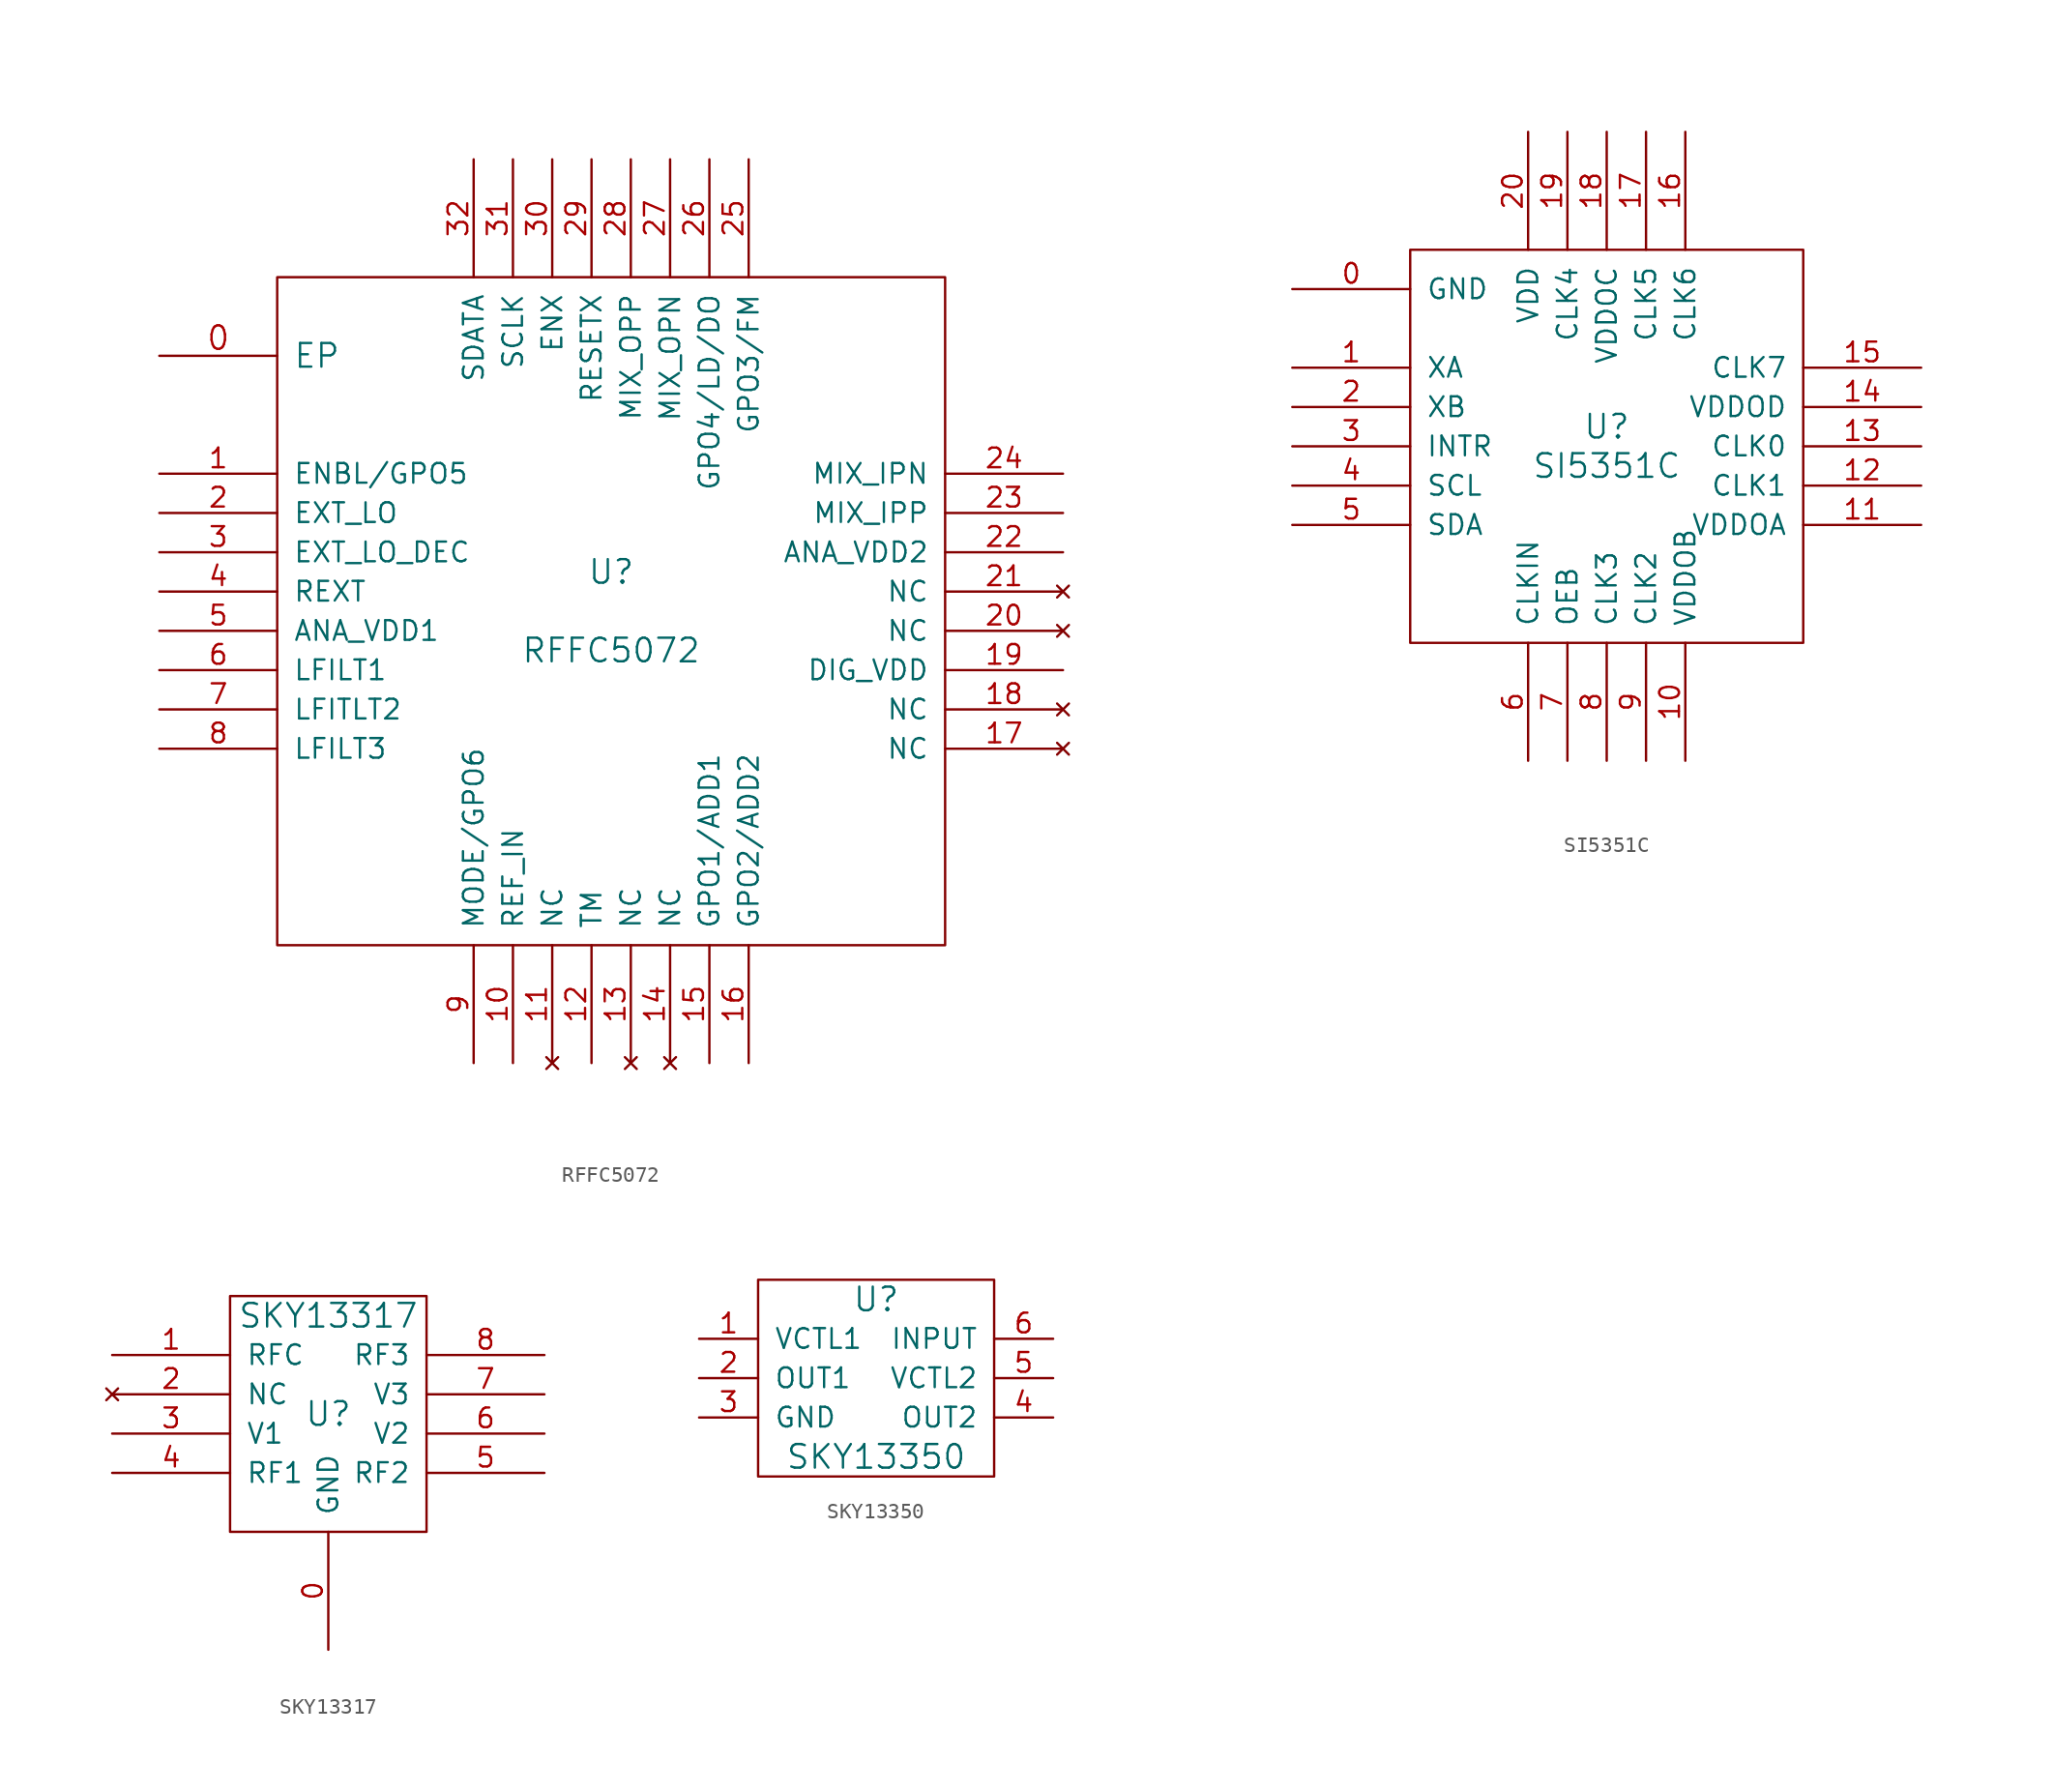
<source format=kicad_sym>
(kicad_symbol_lib
  (version 20211014)
  (generator kicad_symbol_editor)
  (symbol "RFFC5072"
    (pin_names
      (offset 1.016))
    (property "Reference" "U"
      (at 0 2.54 0)
      (effects (font (size 1.524 1.524))))
    (property "Value" "RFFC5072"
      (at 0 -2.54 0)
      (effects (font (size 1.524 1.524))))
    (property "Footprint" ""
      (at 0 0 0)
      (effects (font (size 1.524 1.524))))
    (property "Datasheet" ""
      (at 0 0 0)
      (effects (font (size 1.524 1.524))))
    (symbol "RFFC5072_0_1"
      (rectangle (start -21.59 21.59) (end 21.59 -21.59) (stroke (width 0) (type default) (color 0 0 0 0)) (fill (type none))))
    (symbol "RFFC5072_1_1"
      (pin power_in line (at -29.21 16.51 0) (length 7.62) (name "EP" (effects (font (size 1.524 1.524)))) (number "0" (effects (font (size 1.524 1.524)))))
      (pin bidirectional line (at -29.21 8.89 0) (length 7.62) (name "ENBL/GPO5" (effects (font (size 1.27 1.27)))) (number "1" (effects (font (size 1.27 1.27)))))
      (pin input line (at -6.35 -29.21 90) (length 7.62) (name "REF_IN" (effects (font (size 1.27 1.27)))) (number "10" (effects (font (size 1.27 1.27)))))
      (pin no_connect line (at -3.81 -29.21 90) (length 7.62) (name "NC" (effects (font (size 1.27 1.27)))) (number "11" (effects (font (size 1.27 1.27)))))
      (pin power_in line (at -1.27 -29.21 90) (length 7.62) (name "TM" (effects (font (size 1.27 1.27)))) (number "12" (effects (font (size 1.27 1.27)))))
      (pin no_connect line (at 1.27 -29.21 90) (length 7.62) (name "NC" (effects (font (size 1.27 1.27)))) (number "13" (effects (font (size 1.27 1.27)))))
      (pin no_connect line (at 3.81 -29.21 90) (length 7.62) (name "NC" (effects (font (size 1.27 1.27)))) (number "14" (effects (font (size 1.27 1.27)))))
      (pin bidirectional line (at 6.35 -29.21 90) (length 7.62) (name "GPO1/ADD1" (effects (font (size 1.27 1.27)))) (number "15" (effects (font (size 1.27 1.27)))))
      (pin bidirectional line (at 8.89 -29.21 90) (length 7.62) (name "GPO2/ADD2" (effects (font (size 1.27 1.27)))) (number "16" (effects (font (size 1.27 1.27)))))
      (pin no_connect line (at 29.21 -8.89 180) (length 7.62) (name "NC" (effects (font (size 1.27 1.27)))) (number "17" (effects (font (size 1.27 1.27)))))
      (pin no_connect line (at 29.21 -6.35 180) (length 7.62) (name "NC" (effects (font (size 1.27 1.27)))) (number "18" (effects (font (size 1.27 1.27)))))
      (pin power_in line (at 29.21 -3.81 180) (length 7.62) (name "DIG_VDD" (effects (font (size 1.27 1.27)))) (number "19" (effects (font (size 1.27 1.27)))))
      (pin input line (at -29.21 6.35 0) (length 7.62) (name "EXT_LO" (effects (font (size 1.27 1.27)))) (number "2" (effects (font (size 1.27 1.27)))))
      (pin no_connect line (at 29.21 -1.27 180) (length 7.62) (name "NC" (effects (font (size 1.27 1.27)))) (number "20" (effects (font (size 1.27 1.27)))))
      (pin no_connect line (at 29.21 1.27 180) (length 7.62) (name "NC" (effects (font (size 1.27 1.27)))) (number "21" (effects (font (size 1.27 1.27)))))
      (pin power_in line (at 29.21 3.81 180) (length 7.62) (name "ANA_VDD2" (effects (font (size 1.27 1.27)))) (number "22" (effects (font (size 1.27 1.27)))))
      (pin input line (at 29.21 6.35 180) (length 7.62) (name "MIX_IPP" (effects (font (size 1.27 1.27)))) (number "23" (effects (font (size 1.27 1.27)))))
      (pin input line (at 29.21 8.89 180) (length 7.62) (name "MIX_IPN" (effects (font (size 1.27 1.27)))) (number "24" (effects (font (size 1.27 1.27)))))
      (pin bidirectional line (at 8.89 29.21 270) (length 7.62) (name "GPO3/FM" (effects (font (size 1.27 1.27)))) (number "25" (effects (font (size 1.27 1.27)))))
      (pin bidirectional line (at 6.35 29.21 270) (length 7.62) (name "GPO4/LD/DO" (effects (font (size 1.27 1.27)))) (number "26" (effects (font (size 1.27 1.27)))))
      (pin output line (at 3.81 29.21 270) (length 7.62) (name "MIX_OPN" (effects (font (size 1.27 1.27)))) (number "27" (effects (font (size 1.27 1.27)))))
      (pin output line (at 1.27 29.21 270) (length 7.62) (name "MIX_OPP" (effects (font (size 1.27 1.27)))) (number "28" (effects (font (size 1.27 1.27)))))
      (pin input line (at -1.27 29.21 270) (length 7.62) (name "RESETX" (effects (font (size 1.27 1.27)))) (number "29" (effects (font (size 1.27 1.27)))))
      (pin passive line (at -29.21 3.81 0) (length 7.62) (name "EXT_LO_DEC" (effects (font (size 1.27 1.27)))) (number "3" (effects (font (size 1.27 1.27)))))
      (pin input line (at -3.81 29.21 270) (length 7.62) (name "ENX" (effects (font (size 1.27 1.27)))) (number "30" (effects (font (size 1.27 1.27)))))
      (pin input line (at -6.35 29.21 270) (length 7.62) (name "SCLK" (effects (font (size 1.27 1.27)))) (number "31" (effects (font (size 1.27 1.27)))))
      (pin input line (at -8.89 29.21 270) (length 7.62) (name "SDATA" (effects (font (size 1.27 1.27)))) (number "32" (effects (font (size 1.27 1.27)))))
      (pin passive line (at -29.21 1.27 0) (length 7.62) (name "REXT" (effects (font (size 1.27 1.27)))) (number "4" (effects (font (size 1.27 1.27)))))
      (pin power_in line (at -29.21 -1.27 0) (length 7.62) (name "ANA_VDD1" (effects (font (size 1.27 1.27)))) (number "5" (effects (font (size 1.27 1.27)))))
      (pin output line (at -29.21 -3.81 0) (length 7.62) (name "LFILT1" (effects (font (size 1.27 1.27)))) (number "6" (effects (font (size 1.27 1.27)))))
      (pin output line (at -29.21 -6.35 0) (length 7.62) (name "LFITLT2" (effects (font (size 1.27 1.27)))) (number "7" (effects (font (size 1.27 1.27)))))
      (pin input line (at -29.21 -8.89 0) (length 7.62) (name "LFILT3" (effects (font (size 1.27 1.27)))) (number "8" (effects (font (size 1.27 1.27)))))
      (pin bidirectional line (at -8.89 -29.21 90) (length 7.62) (name "MODE/GPO6" (effects (font (size 1.27 1.27)))) (number "9" (effects (font (size 1.27 1.27)))))))
  (symbol "SI5351C"
    (pin_names
      (offset 1.016))
    (property "Reference" "U"
      (at 0 1.27 0)
      (effects (font (size 1.524 1.524))))
    (property "Value" "SI5351C"
      (at 0 -1.27 0)
      (effects (font (size 1.524 1.524))))
    (property "Footprint" ""
      (at 0 0 0)
      (effects (font (size 1.524 1.524))))
    (property "Datasheet" ""
      (at 0 0 0)
      (effects (font (size 1.524 1.524))))
    (symbol "SI5351C_0_1"
      (rectangle (start -12.7 12.7) (end 12.7 -12.7) (stroke (width 0) (type default) (color 0 0 0 0)) (fill (type none))))
    (symbol "SI5351C_1_1"
      (pin power_in line (at -20.32 10.16 0) (length 7.62) (name "GND" (effects (font (size 1.27 1.27)))) (number "0" (effects (font (size 1.27 1.27)))))
      (pin input line (at -20.32 5.08 0) (length 7.62) (name "XA" (effects (font (size 1.27 1.27)))) (number "1" (effects (font (size 1.27 1.27)))))
      (pin power_in line (at 5.08 -20.32 90) (length 7.62) (name "VDDOB" (effects (font (size 1.27 1.27)))) (number "10" (effects (font (size 1.27 1.27)))))
      (pin power_in line (at 20.32 -5.08 180) (length 7.62) (name "VDDOA" (effects (font (size 1.27 1.27)))) (number "11" (effects (font (size 1.27 1.27)))))
      (pin output line (at 20.32 -2.54 180) (length 7.62) (name "CLK1" (effects (font (size 1.27 1.27)))) (number "12" (effects (font (size 1.27 1.27)))))
      (pin output line (at 20.32 0 180) (length 7.62) (name "CLK0" (effects (font (size 1.27 1.27)))) (number "13" (effects (font (size 1.27 1.27)))))
      (pin power_in line (at 20.32 2.54 180) (length 7.62) (name "VDDOD" (effects (font (size 1.27 1.27)))) (number "14" (effects (font (size 1.27 1.27)))))
      (pin output line (at 20.32 5.08 180) (length 7.62) (name "CLK7" (effects (font (size 1.27 1.27)))) (number "15" (effects (font (size 1.27 1.27)))))
      (pin output line (at 5.08 20.32 270) (length 7.62) (name "CLK6" (effects (font (size 1.27 1.27)))) (number "16" (effects (font (size 1.27 1.27)))))
      (pin output line (at 2.54 20.32 270) (length 7.62) (name "CLK5" (effects (font (size 1.27 1.27)))) (number "17" (effects (font (size 1.27 1.27)))))
      (pin power_in line (at 0 20.32 270) (length 7.62) (name "VDDOC" (effects (font (size 1.27 1.27)))) (number "18" (effects (font (size 1.27 1.27)))))
      (pin output line (at -2.54 20.32 270) (length 7.62) (name "CLK4" (effects (font (size 1.27 1.27)))) (number "19" (effects (font (size 1.27 1.27)))))
      (pin input line (at -20.32 2.54 0) (length 7.62) (name "XB" (effects (font (size 1.27 1.27)))) (number "2" (effects (font (size 1.27 1.27)))))
      (pin power_in line (at -5.08 20.32 270) (length 7.62) (name "VDD" (effects (font (size 1.27 1.27)))) (number "20" (effects (font (size 1.27 1.27)))))
      (pin output line (at -20.32 0 0) (length 7.62) (name "INTR" (effects (font (size 1.27 1.27)))) (number "3" (effects (font (size 1.27 1.27)))))
      (pin input line (at -20.32 -2.54 0) (length 7.62) (name "SCL" (effects (font (size 1.27 1.27)))) (number "4" (effects (font (size 1.27 1.27)))))
      (pin bidirectional line (at -20.32 -5.08 0) (length 7.62) (name "SDA" (effects (font (size 1.27 1.27)))) (number "5" (effects (font (size 1.27 1.27)))))
      (pin input line (at -5.08 -20.32 90) (length 7.62) (name "CLKIN" (effects (font (size 1.27 1.27)))) (number "6" (effects (font (size 1.27 1.27)))))
      (pin input line (at -2.54 -20.32 90) (length 7.62) (name "OEB" (effects (font (size 1.27 1.27)))) (number "7" (effects (font (size 1.27 1.27)))))
      (pin output line (at 0 -20.32 90) (length 7.62) (name "CLK3" (effects (font (size 1.27 1.27)))) (number "8" (effects (font (size 1.27 1.27)))))
      (pin output line (at 2.54 -20.32 90) (length 7.62) (name "CLK2" (effects (font (size 1.27 1.27)))) (number "9" (effects (font (size 1.27 1.27)))))))
  (symbol "SKY13317"
    (pin_names
      (offset 1.016))
    (property "Reference" "U"
      (at 0 0 0)
      (effects (font (size 1.524 1.524))))
    (property "Value" "SKY13317"
      (at 0 6.35 0)
      (effects (font (size 1.524 1.524))))
    (property "Footprint" ""
      (at 0 0 0)
      (effects (font (size 1.524 1.524))))
    (property "Datasheet" ""
      (at 0 0 0)
      (effects (font (size 1.524 1.524))))
    (symbol "SKY13317_0_1"
      (rectangle (start -6.35 7.62) (end 6.35 -7.62) (stroke (width 0) (type default) (color 0 0 0 0)) (fill (type none))))
    (symbol "SKY13317_1_1"
      (pin power_in line (at 0 -15.24 90) (length 7.62) (name "GND" (effects (font (size 1.27 1.27)))) (number "0" (effects (font (size 1.27 1.27)))))
      (pin bidirectional line (at -13.97 3.81 0) (length 7.62) (name "RFC" (effects (font (size 1.27 1.27)))) (number "1" (effects (font (size 1.27 1.27)))))
      (pin no_connect line (at -13.97 1.27 0) (length 7.62) (name "NC" (effects (font (size 1.27 1.27)))) (number "2" (effects (font (size 1.27 1.27)))))
      (pin input line (at -13.97 -1.27 0) (length 7.62) (name "V1" (effects (font (size 1.27 1.27)))) (number "3" (effects (font (size 1.27 1.27)))))
      (pin bidirectional line (at -13.97 -3.81 0) (length 7.62) (name "RF1" (effects (font (size 1.27 1.27)))) (number "4" (effects (font (size 1.27 1.27)))))
      (pin bidirectional line (at 13.97 -3.81 180) (length 7.62) (name "RF2" (effects (font (size 1.27 1.27)))) (number "5" (effects (font (size 1.27 1.27)))))
      (pin input line (at 13.97 -1.27 180) (length 7.62) (name "V2" (effects (font (size 1.27 1.27)))) (number "6" (effects (font (size 1.27 1.27)))))
      (pin input line (at 13.97 1.27 180) (length 7.62) (name "V3" (effects (font (size 1.27 1.27)))) (number "7" (effects (font (size 1.27 1.27)))))
      (pin bidirectional line (at 13.97 3.81 180) (length 7.62) (name "RF3" (effects (font (size 1.27 1.27)))) (number "8" (effects (font (size 1.27 1.27)))))))
  (symbol "SKY13350"
    (pin_names
      (offset 1.016))
    (property "Reference" "U"
      (at 0 5.08 0)
      (effects (font (size 1.524 1.524))))
    (property "Value" "SKY13350"
      (at 0 -5.08 0)
      (effects (font (size 1.524 1.524))))
    (property "Footprint" ""
      (at 0 0 0)
      (effects (font (size 1.524 1.524))))
    (property "Datasheet" ""
      (at 0 0 0)
      (effects (font (size 1.524 1.524))))
    (symbol "SKY13350_0_1"
      (rectangle (start -7.62 6.35) (end 7.62 -6.35) (stroke (width 0) (type default) (color 0 0 0 0)) (fill (type none))))
    (symbol "SKY13350_1_1"
      (pin input line (at -11.43 2.54 0) (length 3.81) (name "VCTL1" (effects (font (size 1.27 1.27)))) (number "1" (effects (font (size 1.27 1.27)))))
      (pin bidirectional line (at -11.43 0 0) (length 3.81) (name "OUT1" (effects (font (size 1.27 1.27)))) (number "2" (effects (font (size 1.27 1.27)))))
      (pin power_in line (at -11.43 -2.54 0) (length 3.81) (name "GND" (effects (font (size 1.27 1.27)))) (number "3" (effects (font (size 1.27 1.27)))))
      (pin bidirectional line (at 11.43 -2.54 180) (length 3.81) (name "OUT2" (effects (font (size 1.27 1.27)))) (number "4" (effects (font (size 1.27 1.27)))))
      (pin input line (at 11.43 0 180) (length 3.81) (name "VCTL2" (effects (font (size 1.27 1.27)))) (number "5" (effects (font (size 1.27 1.27)))))
      (pin bidirectional line (at 11.43 2.54 180) (length 3.81) (name "INPUT" (effects (font (size 1.27 1.27)))) (number "6" (effects (font (size 1.27 1.27))))))))
</source>
